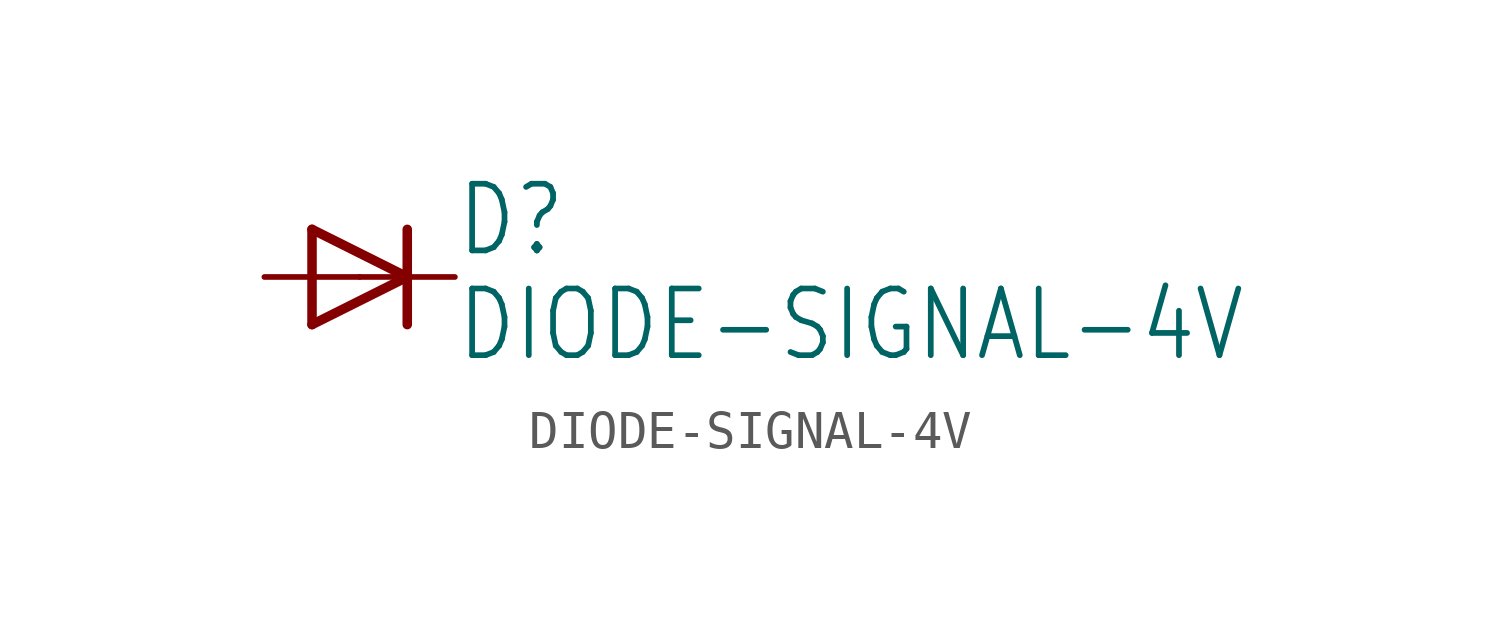
<source format=kicad_sym>
(kicad_symbol_lib
  (version 20211014)
  (generator kicad_symbol_editor)
  (symbol "DIODE-SIGNAL-4V"
    (property "Reference" "D"
      (at 2.54 0.483 0)
      (effects (font (size 1.778 1.511)) (justify left bottom)))
    (property "Value" "DIODE-SIGNAL-4V"
      (at 2.54 -2.311 0)
      (effects (font (size 1.778 1.511)) (justify left bottom)))
    (property "ki_locked" ""
      (at 0 0 0)
      (effects (font (size 1.27 1.27))))
    (symbol "DIODE-SIGNAL-4V_1_0"
      (polyline (pts (xy -1.27 -1.27) (xy 1.27 0)) (stroke (width 0.254) (type default) (color 0 0 0 0)) (fill (type none)))
      (polyline (pts (xy -1.27 1.27) (xy -1.27 -1.27)) (stroke (width 0.254) (type default) (color 0 0 0 0)) (fill (type none)))
      (polyline (pts (xy 1.27 0) (xy -1.27 1.27)) (stroke (width 0.254) (type default) (color 0 0 0 0)) (fill (type none)))
      (polyline (pts (xy 1.27 0) (xy 1.27 -1.27)) (stroke (width 0.254) (type default) (color 0 0 0 0)) (fill (type none)))
      (polyline (pts (xy 1.27 1.27) (xy 1.27 0)) (stroke (width 0.254) (type default) (color 0 0 0 0)) (fill (type none)))
      (pin passive line (at -2.54 0 0) (length 2.54) (name "A" (effects (font (size 0 0)))) (number "A" (effects (font (size 0 0)))))
      (pin passive line (at 2.54 0 180) (length 2.54) (name "C" (effects (font (size 0 0)))) (number "C" (effects (font (size 0 0))))))))
</source>
